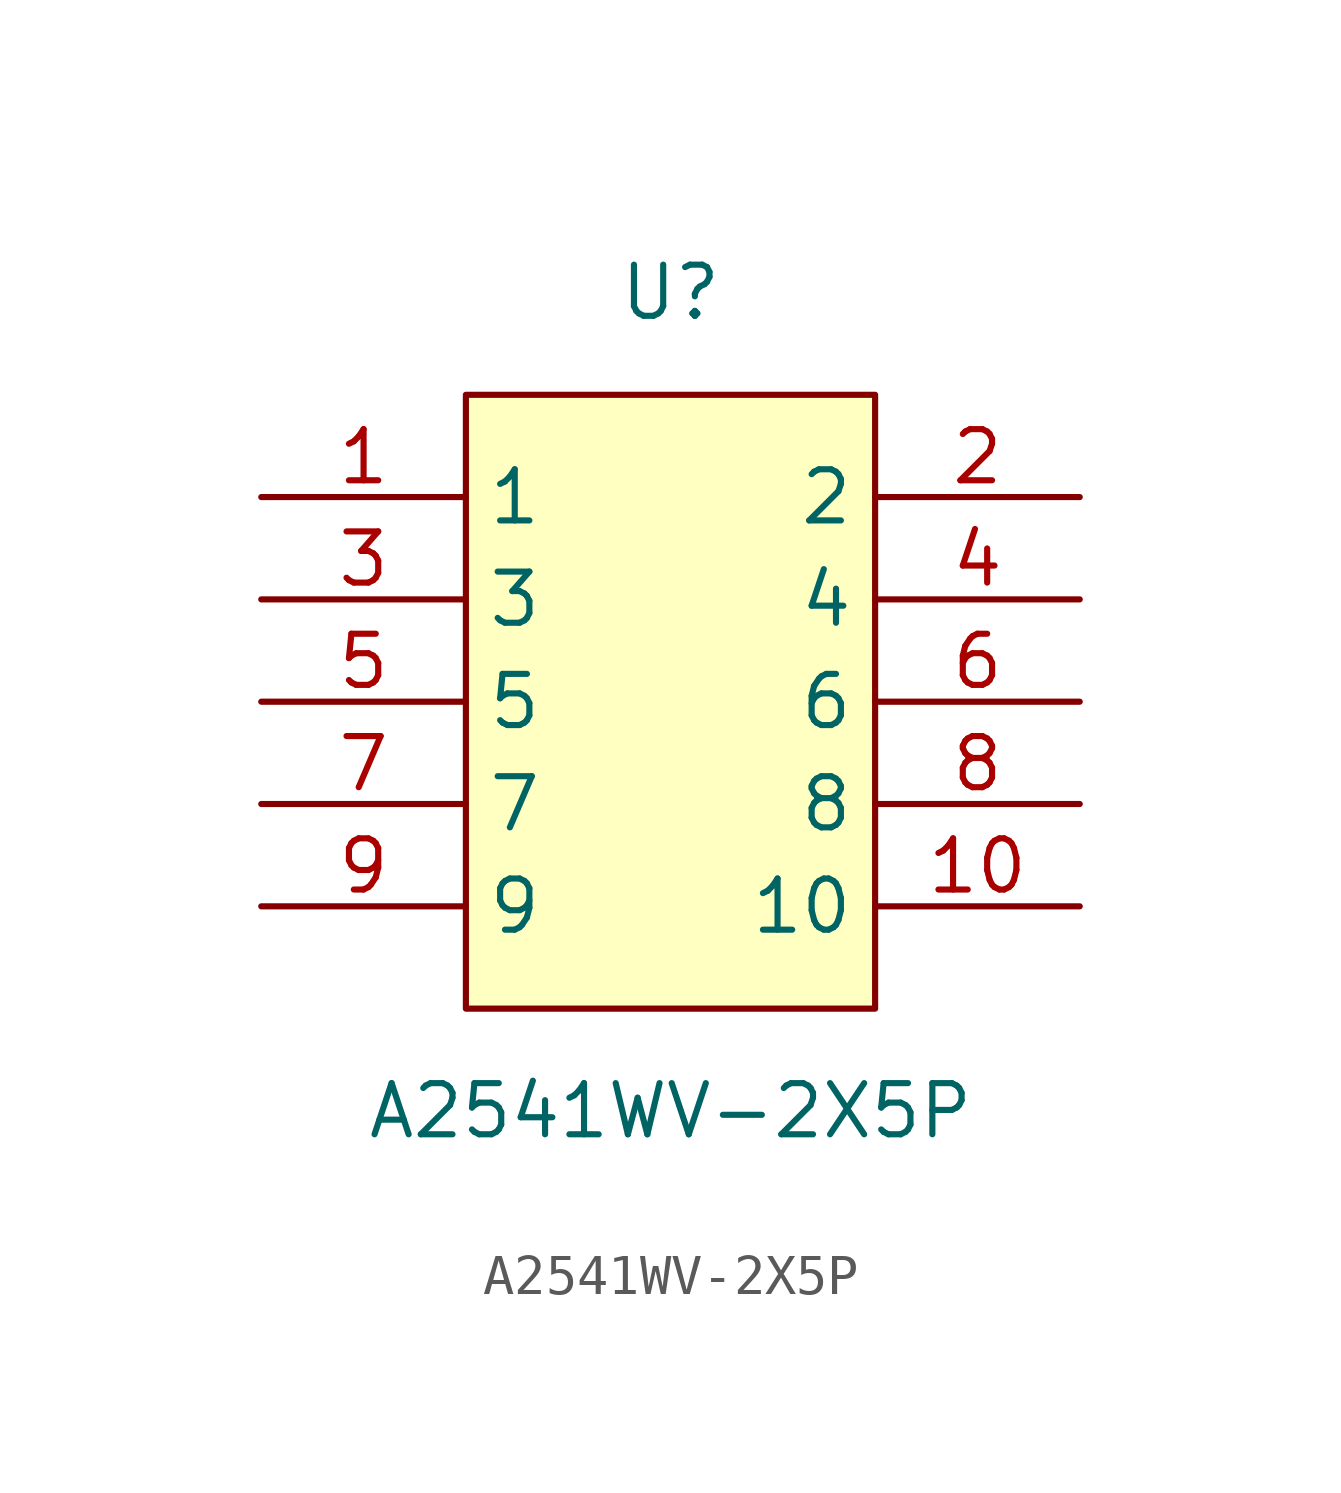
<source format=kicad_sym>
(kicad_symbol_lib
  (version 1)
  (generator "faebryk")
  (symbol "A2541WV-2X5P"
    (property "Reference" "U"
      (at 0 10.16 0)
      (effects (font (size 1.27 1.27)) (hide no)))
    (property "Value" "A2541WV-2X5P"
      (at 0 -10.16 0)
      (effects (font (size 1.27 1.27)) (hide no)))
    (symbol "A2541WV-2X5P_0_1"
      (rectangle (start -5.08 7.62) (end 5.08 -7.62) (stroke (width 0) (type default) (color 0 0 0 0)) (fill (type background)))
      (pin unspecified line (at -10.16 5.08 0) (length 5.08) (name "1" (effects (font (size 1.27 1.27)) (hide no))) (number "1" (effects (font (size 1.27 1.27)) (hide no))))
      (pin unspecified line (at 10.16 5.08 180) (length 5.08) (name "2" (effects (font (size 1.27 1.27)) (hide no))) (number "2" (effects (font (size 1.27 1.27)) (hide no))))
      (pin unspecified line (at -10.16 2.54 0) (length 5.08) (name "3" (effects (font (size 1.27 1.27)) (hide no))) (number "3" (effects (font (size 1.27 1.27)) (hide no))))
      (pin unspecified line (at 10.16 2.54 180) (length 5.08) (name "4" (effects (font (size 1.27 1.27)) (hide no))) (number "4" (effects (font (size 1.27 1.27)) (hide no))))
      (pin unspecified line (at -10.16 0 0) (length 5.08) (name "5" (effects (font (size 1.27 1.27)) (hide no))) (number "5" (effects (font (size 1.27 1.27)) (hide no))))
      (pin unspecified line (at 10.16 0 180) (length 5.08) (name "6" (effects (font (size 1.27 1.27)) (hide no))) (number "6" (effects (font (size 1.27 1.27)) (hide no))))
      (pin unspecified line (at -10.16 -2.54 0) (length 5.08) (name "7" (effects (font (size 1.27 1.27)) (hide no))) (number "7" (effects (font (size 1.27 1.27)) (hide no))))
      (pin unspecified line (at 10.16 -2.54 180) (length 5.08) (name "8" (effects (font (size 1.27 1.27)) (hide no))) (number "8" (effects (font (size 1.27 1.27)) (hide no))))
      (pin unspecified line (at -10.16 -5.08 0) (length 5.08) (name "9" (effects (font (size 1.27 1.27)) (hide no))) (number "9" (effects (font (size 1.27 1.27)) (hide no))))
      (pin unspecified line (at 10.16 -5.08 180) (length 5.08) (name "10" (effects (font (size 1.27 1.27)) (hide no))) (number "10" (effects (font (size 1.27 1.27)) (hide no)))))))
</source>
